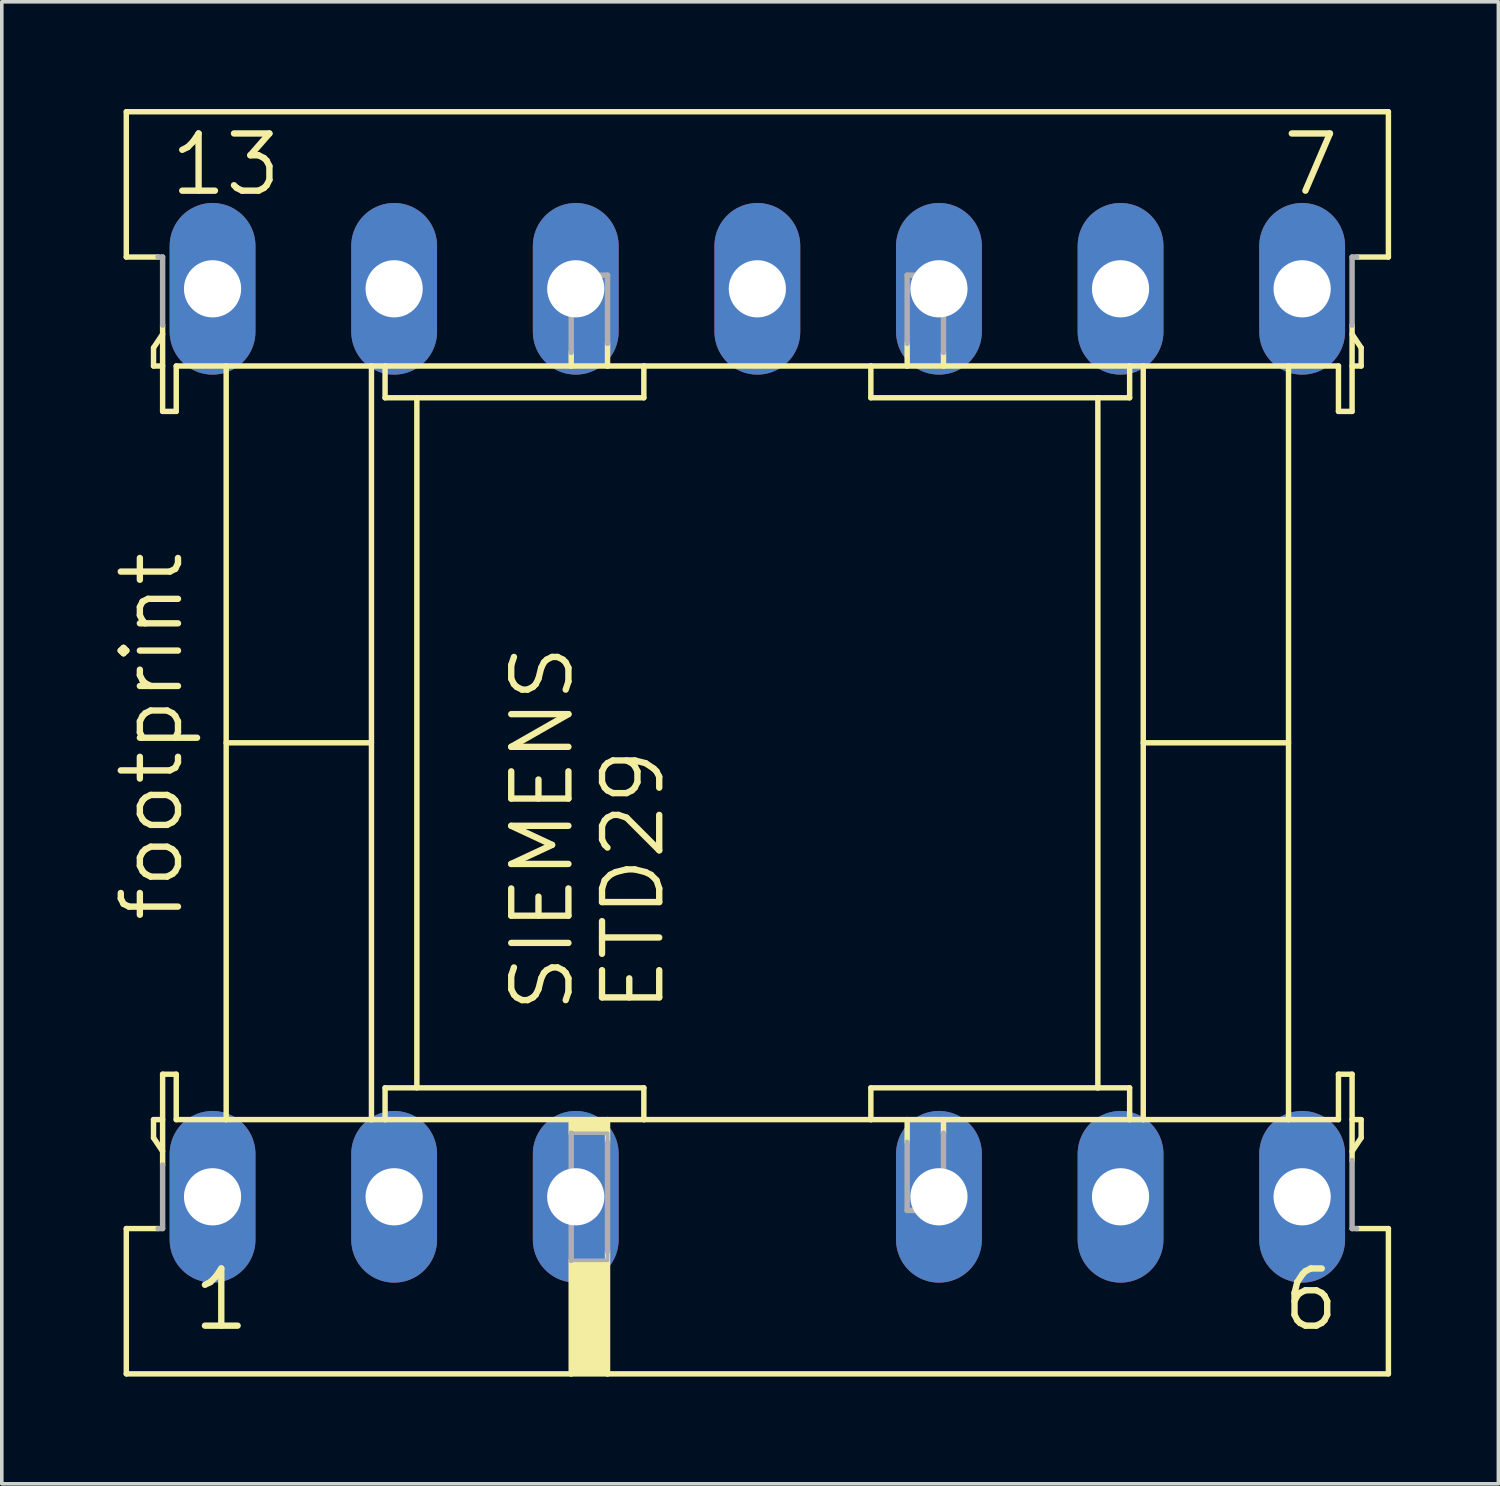
<source format=kicad_pcb>
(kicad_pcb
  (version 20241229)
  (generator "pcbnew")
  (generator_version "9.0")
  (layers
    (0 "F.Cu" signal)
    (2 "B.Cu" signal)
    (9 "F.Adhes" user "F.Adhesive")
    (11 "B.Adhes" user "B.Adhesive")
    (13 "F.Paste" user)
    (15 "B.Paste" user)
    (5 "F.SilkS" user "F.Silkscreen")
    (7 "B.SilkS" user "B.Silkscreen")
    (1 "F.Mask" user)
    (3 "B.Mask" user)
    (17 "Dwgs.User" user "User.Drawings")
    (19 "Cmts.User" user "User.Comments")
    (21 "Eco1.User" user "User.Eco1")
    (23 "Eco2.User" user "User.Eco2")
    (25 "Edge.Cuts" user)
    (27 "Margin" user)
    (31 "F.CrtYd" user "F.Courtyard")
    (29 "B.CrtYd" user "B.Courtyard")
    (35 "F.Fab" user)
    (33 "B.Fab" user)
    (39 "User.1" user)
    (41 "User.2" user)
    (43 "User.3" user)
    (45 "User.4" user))
  (footprint "footprint"
    (layer "F.Cu")
    (at 18.136 17.729)
    (property "Reference" "footprint" (at -16.002 5.08 90) (layer "F.SilkS") (effects (font (size 1.6 1.6) (thickness 0.178)) (justify left bottom)))
    (fp_line (start -17.653 -17.653) (end 17.653 -17.653) (stroke (width 0.152) (type solid)) (layer "F.SilkS"))
    (fp_line (start -17.653 -13.589) (end -17.653 -17.653) (stroke (width 0.152) (type solid)) (layer "F.SilkS"))
    (fp_line (start -17.653 -13.589) (end -16.764 -13.589) (stroke (width 0.152) (type solid)) (layer "F.SilkS"))
    (fp_line (start -17.653 13.589) (end -16.764 13.589) (stroke (width 0.152) (type solid)) (layer "F.SilkS"))
    (fp_line (start -17.653 17.653) (end -17.653 13.589) (stroke (width 0.152) (type solid)) (layer "F.SilkS"))
    (fp_line (start -16.891 -11.049) (end -16.637 -11.43) (stroke (width 0.152) (type solid)) (layer "F.SilkS"))
    (fp_line (start -16.891 -10.541) (end -16.891 -11.049) (stroke (width 0.152) (type solid)) (layer "F.SilkS"))
    (fp_line (start -16.891 10.541) (end -16.891 11.049) (stroke (width 0.152) (type solid)) (layer "F.SilkS"))
    (fp_line (start -16.891 11.049) (end -16.637 11.43) (stroke (width 0.152) (type solid)) (layer "F.SilkS"))
    (fp_line (start -16.637 -10.541) (end -16.891 -10.541) (stroke (width 0.152) (type solid)) (layer "F.SilkS"))
    (fp_line (start -16.637 -9.271) (end -16.637 -11.684) (stroke (width 0.152) (type solid)) (layer "F.SilkS"))
    (fp_line (start -16.637 -9.271) (end -16.256 -9.271) (stroke (width 0.152) (type solid)) (layer "F.SilkS"))
    (fp_line (start -16.637 9.271) (end -16.637 11.811) (stroke (width 0.152) (type solid)) (layer "F.SilkS"))
    (fp_line (start -16.637 9.271) (end -16.256 9.271) (stroke (width 0.152) (type solid)) (layer "F.SilkS"))
    (fp_line (start -16.637 10.541) (end -16.891 10.541) (stroke (width 0.152) (type solid)) (layer "F.SilkS"))
    (fp_line (start -16.256 -10.541) (end -14.859 -10.541) (stroke (width 0.152) (type solid)) (layer "F.SilkS"))
    (fp_line (start -16.256 -9.271) (end -16.256 -10.541) (stroke (width 0.152) (type solid)) (layer "F.SilkS"))
    (fp_line (start -16.256 9.271) (end -16.256 10.541) (stroke (width 0.152) (type solid)) (layer "F.SilkS"))
    (fp_line (start -16.256 10.541) (end -14.859 10.541) (stroke (width 0.152) (type solid)) (layer "F.SilkS"))
    (fp_line (start -14.859 -10.541) (end -10.795 -10.541) (stroke (width 0.152) (type solid)) (layer "F.SilkS"))
    (fp_line (start -14.859 10.541) (end -14.859 -10.541) (stroke (width 0.152) (type solid)) (layer "F.SilkS"))
    (fp_line (start -14.859 10.541) (end -10.795 10.541) (stroke (width 0.152) (type solid)) (layer "F.SilkS"))
    (fp_line (start -10.795 -10.541) (end -10.414 -10.541) (stroke (width 0.152) (type solid)) (layer "F.SilkS"))
    (fp_line (start -10.795 0) (end -14.859 0) (stroke (width 0.152) (type solid)) (layer "F.SilkS"))
    (fp_line (start -10.795 10.541) (end -10.795 -10.541) (stroke (width 0.152) (type solid)) (layer "F.SilkS"))
    (fp_line (start -10.795 10.541) (end -10.414 10.541) (stroke (width 0.152) (type solid)) (layer "F.SilkS"))
    (fp_line (start -10.414 -10.541) (end -5.207 -10.541) (stroke (width 0.152) (type solid)) (layer "F.SilkS"))
    (fp_line (start -10.414 -9.652) (end -10.414 -10.541) (stroke (width 0.152) (type solid)) (layer "F.SilkS"))
    (fp_line (start -10.414 -9.652) (end -3.175 -9.652) (stroke (width 0.152) (type solid)) (layer "F.SilkS"))
    (fp_line (start -10.414 9.652) (end -3.175 9.652) (stroke (width 0.152) (type solid)) (layer "F.SilkS"))
    (fp_line (start -10.414 10.541) (end -10.414 9.652) (stroke (width 0.152) (type solid)) (layer "F.SilkS"))
    (fp_line (start -10.414 10.541) (end -5.207 10.541) (stroke (width 0.152) (type solid)) (layer "F.SilkS"))
    (fp_line (start -9.525 -9.652) (end -9.525 9.652) (stroke (width 0.152) (type solid)) (layer "F.SilkS"))
    (fp_line (start -5.207 -10.541) (end -5.207 -10.922) (stroke (width 0.152) (type solid)) (layer "F.SilkS"))
    (fp_line (start -5.207 -10.541) (end -4.191 -10.541) (stroke (width 0.152) (type solid)) (layer "F.SilkS"))
    (fp_line (start -5.207 10.541) (end -4.191 10.541) (stroke (width 0.152) (type solid)) (layer "F.SilkS"))
    (fp_line (start -5.207 10.922) (end -5.207 10.541) (stroke (width 0.152) (type solid)) (layer "F.SilkS"))
    (fp_line (start -5.207 17.653) (end -17.653 17.653) (stroke (width 0.152) (type solid)) (layer "F.SilkS"))
    (fp_line (start -5.207 17.653) (end -5.207 14.478) (stroke (width 0.152) (type solid)) (layer "F.SilkS"))
    (fp_line (start -4.191 -10.541) (end -4.191 -11.176) (stroke (width 0.152) (type solid)) (layer "F.SilkS"))
    (fp_line (start -4.191 -10.541) (end -3.175 -10.541) (stroke (width 0.152) (type solid)) (layer "F.SilkS"))
    (fp_line (start -4.191 10.541) (end -4.191 11.176) (stroke (width 0.152) (type solid)) (layer "F.SilkS"))
    (fp_line (start -4.191 10.541) (end -3.175 10.541) (stroke (width 0.152) (type solid)) (layer "F.SilkS"))
    (fp_line (start -4.191 14.224) (end -4.191 17.653) (stroke (width 0.152) (type solid)) (layer "F.SilkS"))
    (fp_line (start -4.191 17.653) (end -5.207 17.653) (stroke (width 0.152) (type solid)) (layer "F.SilkS"))
    (fp_line (start -3.175 -10.541) (end 3.175 -10.541) (stroke (width 0.152) (type solid)) (layer "F.SilkS"))
    (fp_line (start -3.175 -9.652) (end -3.175 -10.541) (stroke (width 0.152) (type solid)) (layer "F.SilkS"))
    (fp_line (start -3.175 9.652) (end -3.175 10.541) (stroke (width 0.152) (type solid)) (layer "F.SilkS"))
    (fp_line (start -3.175 10.541) (end 3.175 10.541) (stroke (width 0.152) (type solid)) (layer "F.SilkS"))
    (fp_line (start 3.175 -10.541) (end 4.191 -10.541) (stroke (width 0.152) (type solid)) (layer "F.SilkS"))
    (fp_line (start 3.175 -9.652) (end 3.175 -10.541) (stroke (width 0.152) (type solid)) (layer "F.SilkS"))
    (fp_line (start 3.175 -9.652) (end 9.525 -9.652) (stroke (width 0.152) (type solid)) (layer "F.SilkS"))
    (fp_line (start 3.175 9.652) (end 3.175 10.541) (stroke (width 0.152) (type solid)) (layer "F.SilkS"))
    (fp_line (start 3.175 9.652) (end 9.525 9.652) (stroke (width 0.152) (type solid)) (layer "F.SilkS"))
    (fp_line (start 3.175 10.541) (end 4.191 10.541) (stroke (width 0.152) (type solid)) (layer "F.SilkS"))
    (fp_line (start 4.191 -10.541) (end 4.191 -11.176) (stroke (width 0.152) (type solid)) (layer "F.SilkS"))
    (fp_line (start 4.191 -10.541) (end 5.207 -10.541) (stroke (width 0.152) (type solid)) (layer "F.SilkS"))
    (fp_line (start 4.191 10.541) (end 4.191 11.176) (stroke (width 0.152) (type solid)) (layer "F.SilkS"))
    (fp_line (start 4.191 10.541) (end 5.207 10.541) (stroke (width 0.152) (type solid)) (layer "F.SilkS"))
    (fp_line (start 5.207 -10.922) (end 5.207 -10.541) (stroke (width 0.152) (type solid)) (layer "F.SilkS"))
    (fp_line (start 5.207 -10.541) (end 10.414 -10.541) (stroke (width 0.152) (type solid)) (layer "F.SilkS"))
    (fp_line (start 5.207 10.541) (end 10.414 10.541) (stroke (width 0.152) (type solid)) (layer "F.SilkS"))
    (fp_line (start 5.207 10.922) (end 5.207 10.541) (stroke (width 0.152) (type solid)) (layer "F.SilkS"))
    (fp_line (start 9.525 -9.652) (end 9.525 9.652) (stroke (width 0.152) (type solid)) (layer "F.SilkS"))
    (fp_line (start 9.525 -9.652) (end 10.414 -9.652) (stroke (width 0.152) (type solid)) (layer "F.SilkS"))
    (fp_line (start 9.525 9.652) (end 10.414 9.652) (stroke (width 0.152) (type solid)) (layer "F.SilkS"))
    (fp_line (start 10.414 -10.541) (end 10.795 -10.541) (stroke (width 0.152) (type solid)) (layer "F.SilkS"))
    (fp_line (start 10.414 -9.652) (end 10.414 -10.541) (stroke (width 0.152) (type solid)) (layer "F.SilkS"))
    (fp_line (start 10.414 10.541) (end 10.414 9.652) (stroke (width 0.152) (type solid)) (layer "F.SilkS"))
    (fp_line (start 10.414 10.541) (end 10.795 10.541) (stroke (width 0.152) (type solid)) (layer "F.SilkS"))
    (fp_line (start 10.795 -10.541) (end 14.859 -10.541) (stroke (width 0.152) (type solid)) (layer "F.SilkS"))
    (fp_line (start 10.795 0) (end 14.859 0) (stroke (width 0.152) (type solid)) (layer "F.SilkS"))
    (fp_line (start 10.795 10.541) (end 10.795 -10.541) (stroke (width 0.152) (type solid)) (layer "F.SilkS"))
    (fp_line (start 10.795 10.541) (end 14.859 10.541) (stroke (width 0.152) (type solid)) (layer "F.SilkS"))
    (fp_line (start 14.859 -10.541) (end 16.256 -10.541) (stroke (width 0.152) (type solid)) (layer "F.SilkS"))
    (fp_line (start 14.859 10.541) (end 14.859 -10.541) (stroke (width 0.152) (type solid)) (layer "F.SilkS"))
    (fp_line (start 14.859 10.541) (end 16.256 10.541) (stroke (width 0.152) (type solid)) (layer "F.SilkS"))
    (fp_line (start 16.256 -9.271) (end 16.256 -10.541) (stroke (width 0.152) (type solid)) (layer "F.SilkS"))
    (fp_line (start 16.256 -9.271) (end 16.637 -9.271) (stroke (width 0.152) (type solid)) (layer "F.SilkS"))
    (fp_line (start 16.256 9.271) (end 16.256 10.541) (stroke (width 0.152) (type solid)) (layer "F.SilkS"))
    (fp_line (start 16.637 -10.541) (end 16.891 -10.541) (stroke (width 0.152) (type solid)) (layer "F.SilkS"))
    (fp_line (start 16.637 -9.271) (end 16.637 -11.684) (stroke (width 0.152) (type solid)) (layer "F.SilkS"))
    (fp_line (start 16.637 9.271) (end 16.256 9.271) (stroke (width 0.152) (type solid)) (layer "F.SilkS"))
    (fp_line (start 16.637 9.271) (end 16.637 11.684) (stroke (width 0.152) (type solid)) (layer "F.SilkS"))
    (fp_line (start 16.637 10.541) (end 16.891 10.541) (stroke (width 0.152) (type solid)) (layer "F.SilkS"))
    (fp_line (start 16.764 -13.589) (end 17.653 -13.589) (stroke (width 0.152) (type solid)) (layer "F.SilkS"))
    (fp_line (start 16.891 -11.049) (end 16.637 -11.43) (stroke (width 0.152) (type solid)) (layer "F.SilkS"))
    (fp_line (start 16.891 -10.541) (end 16.891 -11.049) (stroke (width 0.152) (type solid)) (layer "F.SilkS"))
    (fp_line (start 16.891 10.541) (end 16.891 11.049) (stroke (width 0.152) (type solid)) (layer "F.SilkS"))
    (fp_line (start 16.891 11.049) (end 16.637 11.43) (stroke (width 0.152) (type solid)) (layer "F.SilkS"))
    (fp_line (start 17.653 -13.589) (end 17.653 -17.653) (stroke (width 0.152) (type solid)) (layer "F.SilkS"))
    (fp_line (start 17.653 13.589) (end 16.764 13.589) (stroke (width 0.152) (type solid)) (layer "F.SilkS"))
    (fp_line (start 17.653 13.589) (end 17.653 17.653) (stroke (width 0.152) (type solid)) (layer "F.SilkS"))
    (fp_line (start 17.653 17.653) (end -4.191 17.653) (stroke (width 0.152) (type solid)) (layer "F.SilkS"))
    (fp_poly (pts (xy -5.207 10.922) (xy -4.191 10.922) (xy -4.191 10.541) (xy -5.207 10.541)) (stroke (width 0) (type solid)) (fill yes) (layer "F.SilkS"))
    (fp_poly (pts (xy -5.207 17.653) (xy -4.191 17.653) (xy -4.191 14.478) (xy -5.207 14.478)) (stroke (width 0) (type solid)) (fill yes) (layer "F.SilkS"))
    (fp_line (start -16.764 13.589) (end -16.637 13.589) (stroke (width 0.152) (type solid)) (layer "F.Fab"))
    (fp_line (start -16.637 -13.589) (end -16.764 -13.589) (stroke (width 0.152) (type solid)) (layer "F.Fab"))
    (fp_line (start -16.637 -11.684) (end -16.637 -13.589) (stroke (width 0.152) (type solid)) (layer "F.Fab"))
    (fp_line (start -16.637 13.589) (end -16.637 11.811) (stroke (width 0.152) (type solid)) (layer "F.Fab"))
    (fp_line (start -5.207 -13.081) (end -4.191 -13.081) (stroke (width 0.152) (type solid)) (layer "F.Fab"))
    (fp_line (start -5.207 -10.922) (end -5.207 -13.081) (stroke (width 0.152) (type solid)) (layer "F.Fab"))
    (fp_line (start -5.207 10.922) (end -5.207 14.478) (stroke (width 0.152) (type solid)) (layer "F.Fab"))
    (fp_line (start -4.191 -11.176) (end -4.191 -13.081) (stroke (width 0.152) (type solid)) (layer "F.Fab"))
    (fp_line (start -4.191 11.176) (end -4.191 14.224) (stroke (width 0.152) (type solid)) (layer "F.Fab"))
    (fp_line (start 4.191 -13.081) (end 5.207 -13.081) (stroke (width 0.152) (type solid)) (layer "F.Fab"))
    (fp_line (start 4.191 -11.176) (end 4.191 -13.081) (stroke (width 0.152) (type solid)) (layer "F.Fab"))
    (fp_line (start 4.191 11.176) (end 4.191 13.081) (stroke (width 0.152) (type solid)) (layer "F.Fab"))
    (fp_line (start 4.191 13.081) (end 5.207 13.081) (stroke (width 0.152) (type solid)) (layer "F.Fab"))
    (fp_line (start 5.207 -10.922) (end 5.207 -13.081) (stroke (width 0.152) (type solid)) (layer "F.Fab"))
    (fp_line (start 5.207 10.922) (end 5.207 13.081) (stroke (width 0.152) (type solid)) (layer "F.Fab"))
    (fp_line (start 16.637 -13.589) (end 16.637 -11.684) (stroke (width 0.152) (type solid)) (layer "F.Fab"))
    (fp_line (start 16.637 11.684) (end 16.637 13.589) (stroke (width 0.152) (type solid)) (layer "F.Fab"))
    (fp_line (start 16.637 13.589) (end 16.764 13.589) (stroke (width 0.152) (type solid)) (layer "F.Fab"))
    (fp_line (start 16.764 -13.589) (end 16.637 -13.589) (stroke (width 0.152) (type solid)) (layer "F.Fab"))
    (fp_poly (pts (xy -5.207 14.478) (xy -4.191 14.478) (xy -4.191 10.922) (xy -5.207 10.922)) (stroke (width 0.1) (type solid)) (fill no) (layer "F.Fab"))
    (fp_text user "13" (at -16.51 -15.24 0) (layer "F.SilkS") (effects (font (size 1.6 1.6) (thickness 0.178)) (justify left bottom)))
    (fp_text user "SIEMENS" (at -5.08 7.62 90) (layer "F.SilkS") (effects (font (size 1.6 1.6) (thickness 0.178)) (justify left bottom)))
    (fp_text user "6" (at 14.605 16.51 0) (layer "F.SilkS") (effects (font (size 1.6 1.6) (thickness 0.178)) (justify left bottom)))
    (fp_text user "7" (at 14.605 -15.24 0) (layer "F.SilkS") (effects (font (size 1.6 1.6) (thickness 0.178)) (justify left bottom)))
    (fp_text user "1" (at -15.875 16.51 0) (layer "F.SilkS") (effects (font (size 1.6 1.6) (thickness 0.178)) (justify left bottom)))
    (fp_text user "ETD29" (at -2.54 7.62 90) (layer "F.SilkS") (effects (font (size 1.6 1.6) (thickness 0.178)) (justify left bottom)))
    (pad "1" thru_hole oval (at -15.24 12.7 90) (size 4.801 2.4) (drill 1.6) (layers "*.Cu" "*.Mask"))
    (pad "2" thru_hole oval (at -10.16 12.7 90) (size 4.801 2.4) (drill 1.6) (layers "*.Cu" "*.Mask"))
    (pad "3" thru_hole oval (at -5.08 12.7 90) (size 4.801 2.4) (drill 1.6) (layers "*.Cu" "*.Mask"))
    (pad "4" thru_hole oval (at 5.08 12.7 90) (size 4.801 2.4) (drill 1.6) (layers "*.Cu" "*.Mask"))
    (pad "5" thru_hole oval (at 10.16 12.7 90) (size 4.801 2.4) (drill 1.6) (layers "*.Cu" "*.Mask"))
    (pad "6" thru_hole oval (at 15.24 12.7 90) (size 4.801 2.4) (drill 1.6) (layers "*.Cu" "*.Mask"))
    (pad "7" thru_hole oval (at 15.24 -12.7 90) (size 4.801 2.4) (drill 1.6) (layers "*.Cu" "*.Mask"))
    (pad "8" thru_hole oval (at 10.16 -12.7 90) (size 4.801 2.4) (drill 1.6) (layers "*.Cu" "*.Mask"))
    (pad "9" thru_hole oval (at 5.08 -12.7 90) (size 4.801 2.4) (drill 1.6) (layers "*.Cu" "*.Mask"))
    (pad "10" thru_hole oval (at 0 -12.7 90) (size 4.801 2.4) (drill 1.6) (layers "*.Cu" "*.Mask"))
    (pad "11" thru_hole oval (at -5.08 -12.7 90) (size 4.801 2.4) (drill 1.6) (layers "*.Cu" "*.Mask"))
    (pad "12" thru_hole oval (at -10.16 -12.7 90) (size 4.801 2.4) (drill 1.6) (layers "*.Cu" "*.Mask"))
    (pad "13" thru_hole oval (at -15.24 -12.7 90) (size 4.801 2.4) (drill 1.6) (layers "*.Cu" "*.Mask")))
  (gr_rect
    (start -3 -3)
    (end 38.865 38.458)
    (stroke (width 0.1) (type default))
    (fill no)
    (layer "Edge.Cuts")))
</source>
